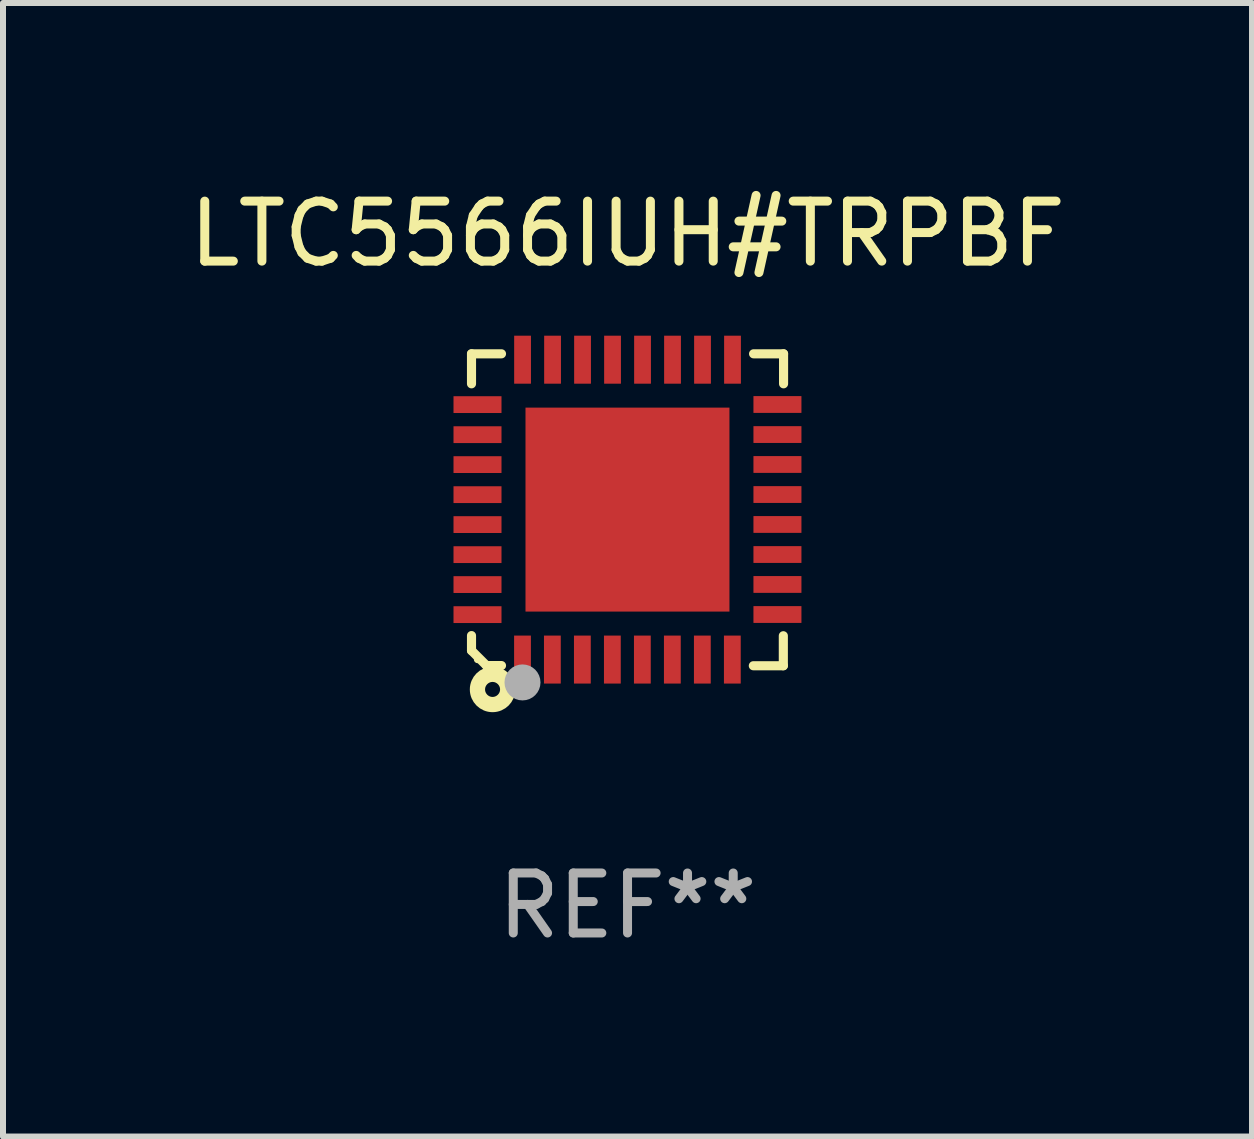
<source format=kicad_pcb>
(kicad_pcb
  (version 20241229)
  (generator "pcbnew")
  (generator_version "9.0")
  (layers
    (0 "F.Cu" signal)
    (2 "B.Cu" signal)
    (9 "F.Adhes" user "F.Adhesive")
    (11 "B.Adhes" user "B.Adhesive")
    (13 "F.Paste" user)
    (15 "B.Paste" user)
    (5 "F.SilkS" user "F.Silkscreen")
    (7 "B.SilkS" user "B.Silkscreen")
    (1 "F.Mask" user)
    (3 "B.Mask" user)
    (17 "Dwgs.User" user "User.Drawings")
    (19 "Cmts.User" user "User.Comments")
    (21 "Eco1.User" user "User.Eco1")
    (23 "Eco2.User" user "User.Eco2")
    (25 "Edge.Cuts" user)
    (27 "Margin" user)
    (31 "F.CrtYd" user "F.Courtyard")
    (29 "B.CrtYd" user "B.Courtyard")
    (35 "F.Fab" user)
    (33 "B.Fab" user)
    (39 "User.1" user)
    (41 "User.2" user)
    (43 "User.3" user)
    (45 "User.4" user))
  (footprint "LTC5566IUH#TRPBF"
    (layer "F.Cu")
    (at 7.411 5.448)
    (property "Reference" "LTC5566IUH#TRPBF" (at 0 -4.6 0) (layer "F.SilkS") (effects (font (size 1 1) (thickness 0.15))))
    (attr through_hole)
    (fp_line (start -2.601 2.097) (end -2.601 2.347) (stroke (width 0.152) (type solid)) (layer "F.SilkS"))
    (fp_line (start -2.601 2.347) (end -2.351 2.597) (stroke (width 0.152) (type solid)) (layer "F.SilkS"))
    (fp_line (start -2.601 -2.6) (end -2.601 -2.1) (stroke (width 0.152) (type solid)) (layer "F.SilkS"))
    (fp_line (start -2.601 -2.6) (end -2.101 -2.6) (stroke (width 0.152) (type solid)) (layer "F.SilkS"))
    (fp_line (start -2.351 2.597) (end -2.101 2.597) (stroke (width 0.152) (type solid)) (layer "F.SilkS"))
    (fp_line (start 2.597 2.6) (end 2.097 2.6) (stroke (width 0.152) (type solid)) (layer "F.SilkS"))
    (fp_line (start 2.597 2.6) (end 2.597 2.1) (stroke (width 0.152) (type solid)) (layer "F.SilkS"))
    (fp_line (start 2.601 -2.6) (end 2.101 -2.6) (stroke (width 0.152) (type solid)) (layer "F.SilkS"))
    (fp_line (start 2.601 -2.6) (end 2.601 -2.1) (stroke (width 0.152) (type solid)) (layer "F.SilkS"))
    (fp_circle (center -2.501 2.497) (end -2.471 2.497) (stroke (width 0.06) (type solid)) (fill no) (layer "F.SilkS"))
    (fp_circle (center -2.25 2.995) (end -2.125 2.995) (stroke (width 0.254) (type solid)) (fill no) (layer "F.SilkS"))
    (fp_circle (center -1.751 2.878) (end -1.601 2.878) (stroke (width 0.3) (type solid)) (fill no) (layer "F.Fab"))
    (fp_text user "REF**" (at 0 6.6 0) (layer "F.Fab") (effects (font (size 1 1) (thickness 0.15))))
    (pad "1" smd rect (at -1.751 2.497) (size 0.28 0.8) (layers "F.Cu" "F.Mask" "F.Paste"))
    (pad "2" smd rect (at -1.253 2.497) (size 0.28 0.8) (layers "F.Cu" "F.Mask" "F.Paste"))
    (pad "3" smd rect (at -0.753 2.497) (size 0.28 0.8) (layers "F.Cu" "F.Mask" "F.Paste"))
    (pad "4" smd rect (at -0.253 2.497) (size 0.28 0.8) (layers "F.Cu" "F.Mask" "F.Paste"))
    (pad "5" smd rect (at 0.247 2.497) (size 0.28 0.8) (layers "F.Cu" "F.Mask" "F.Paste"))
    (pad "6" smd rect (at 0.747 2.497) (size 0.28 0.8) (layers "F.Cu" "F.Mask" "F.Paste"))
    (pad "7" smd rect (at 1.247 2.497) (size 0.28 0.8) (layers "F.Cu" "F.Mask" "F.Paste"))
    (pad "8" smd rect (at 1.747 2.497) (size 0.28 0.8) (layers "F.Cu" "F.Mask" "F.Paste"))
    (pad "9" smd rect (at 2.499 1.746) (size 0.8 0.28) (layers "F.Cu" "F.Mask" "F.Paste"))
    (pad "10" smd rect (at 2.499 1.245) (size 0.8 0.28) (layers "F.Cu" "F.Mask" "F.Paste"))
    (pad "11" smd rect (at 2.499 0.746) (size 0.8 0.28) (layers "F.Cu" "F.Mask" "F.Paste"))
    (pad "12" smd rect (at 2.499 0.245) (size 0.8 0.28) (layers "F.Cu" "F.Mask" "F.Paste"))
    (pad "13" smd rect (at 2.499 -0.254) (size 0.8 0.28) (layers "F.Cu" "F.Mask" "F.Paste"))
    (pad "14" smd rect (at 2.499 -0.755) (size 0.8 0.28) (layers "F.Cu" "F.Mask" "F.Paste"))
    (pad "15" smd rect (at 2.499 -1.254) (size 0.8 0.28) (layers "F.Cu" "F.Mask" "F.Paste"))
    (pad "16" smd rect (at 2.499 -1.755) (size 0.8 0.28) (layers "F.Cu" "F.Mask" "F.Paste"))
    (pad "17" smd rect (at 1.75 -2.502) (size 0.28 0.8) (layers "F.Cu" "F.Mask" "F.Paste"))
    (pad "18" smd rect (at 1.25 -2.502) (size 0.28 0.8) (layers "F.Cu" "F.Mask" "F.Paste"))
    (pad "19" smd rect (at 0.75 -2.502) (size 0.28 0.8) (layers "F.Cu" "F.Mask" "F.Paste"))
    (pad "20" smd rect (at 0.25 -2.502) (size 0.28 0.8) (layers "F.Cu" "F.Mask" "F.Paste"))
    (pad "21" smd rect (at -0.25 -2.502) (size 0.28 0.8) (layers "F.Cu" "F.Mask" "F.Paste"))
    (pad "22" smd rect (at -0.75 -2.502) (size 0.28 0.8) (layers "F.Cu" "F.Mask" "F.Paste"))
    (pad "23" smd rect (at -1.25 -2.502) (size 0.28 0.8) (layers "F.Cu" "F.Mask" "F.Paste"))
    (pad "24" smd rect (at -1.75 -2.502) (size 0.28 0.8) (layers "F.Cu" "F.Mask" "F.Paste"))
    (pad "25" smd rect (at -2.501 -1.753) (size 0.8 0.28) (layers "F.Cu" "F.Mask" "F.Paste"))
    (pad "26" smd rect (at -2.501 -1.252) (size 0.8 0.28) (layers "F.Cu" "F.Mask" "F.Paste"))
    (pad "27" smd rect (at -2.501 -0.753) (size 0.8 0.28) (layers "F.Cu" "F.Mask" "F.Paste"))
    (pad "28" smd rect (at -2.501 -0.252) (size 0.8 0.28) (layers "F.Cu" "F.Mask" "F.Paste"))
    (pad "29" smd rect (at -2.501 0.247) (size 0.8 0.28) (layers "F.Cu" "F.Mask" "F.Paste"))
    (pad "30" smd rect (at -2.501 0.748) (size 0.8 0.28) (layers "F.Cu" "F.Mask" "F.Paste"))
    (pad "31" smd rect (at -2.501 1.247) (size 0.8 0.28) (layers "F.Cu" "F.Mask" "F.Paste"))
    (pad "32" smd rect (at -2.501 1.748) (size 0.8 0.28) (layers "F.Cu" "F.Mask" "F.Paste"))
    (pad "33" smd rect (at -0.001 -0.003 180) (size 3.4 3.4) (layers "F.Cu" "F.Mask" "F.Paste")))
  (gr_rect
    (start -3 -3)
    (end 17.821 15.896)
    (stroke (width 0.1) (type default))
    (fill no)
    (layer "Edge.Cuts")))
</source>
